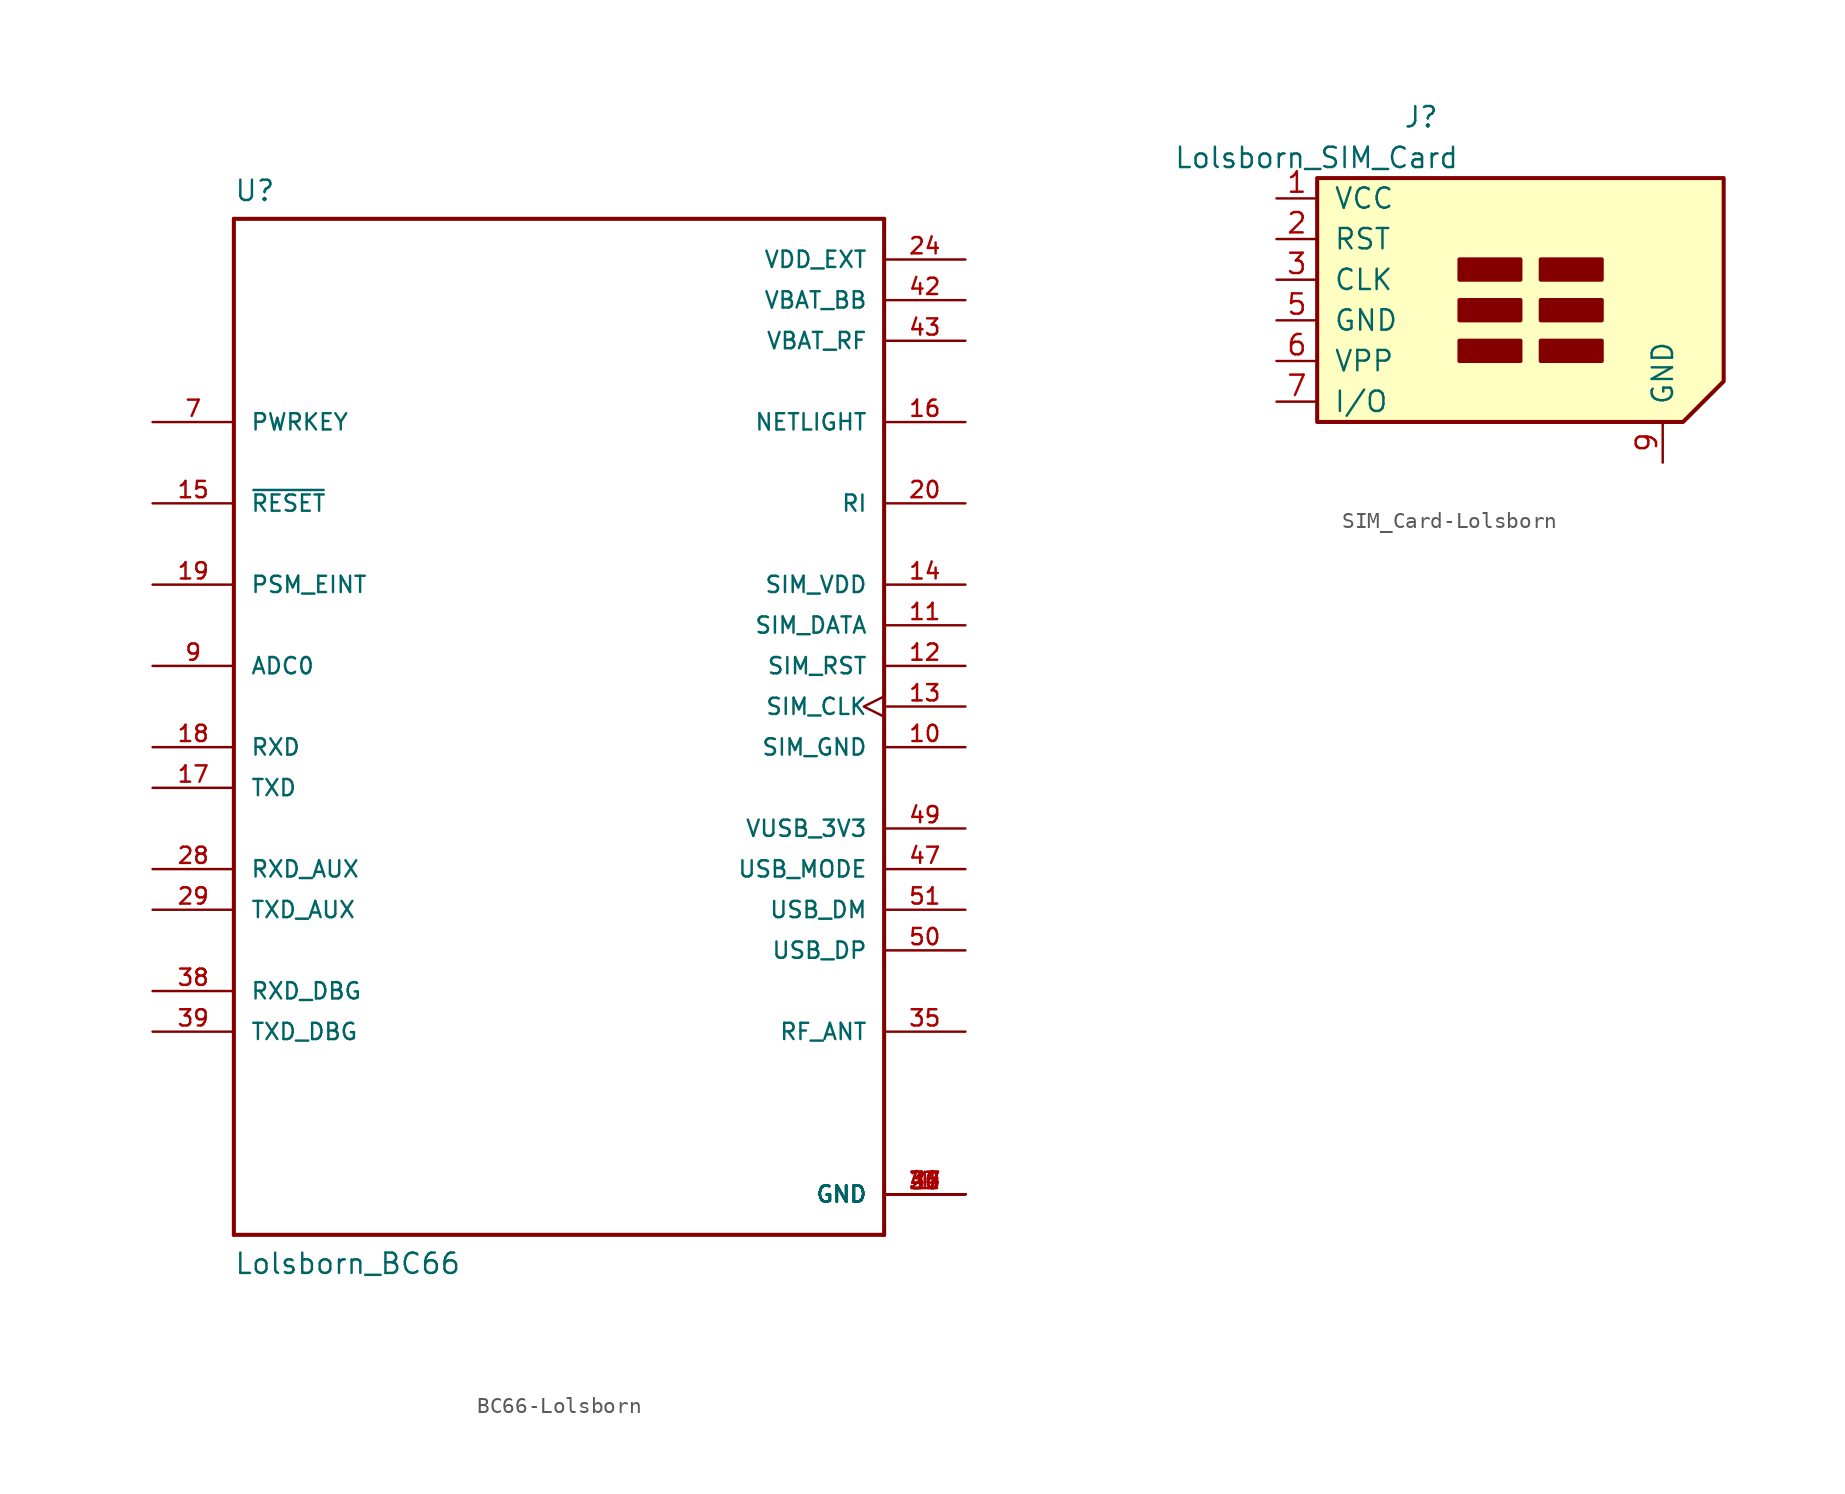
<source format=kicad_sym>
(kicad_symbol_lib
  (version 20231120)
  (generator "kicad_symbol_editor")
  (generator_version "8.0")
  (symbol "BC66-Lolsborn"
    (pin_names
      (offset 1.016))
    (property "Reference" "U"
      (at -20.32 31.496 0)
      (effects (font (size 1.27 1.27)) (justify left bottom)))
    (property "Value" "Lolsborn_BC66"
      (at -20.32 -35.56 0)
      (effects (font (size 1.27 1.27)) (justify left bottom)))
    (property "ki_locked" ""
      (at 0 0 0)
      (effects (font (size 1.27 1.27))))
    (symbol "BC66-Lolsborn_0_0"
      (polyline (pts (xy -20.32 -33.02) (xy -20.32 30.48)) (stroke (width 0.254) (type solid)) (fill (type none)))
      (polyline (pts (xy -20.32 30.48) (xy 20.32 30.48)) (stroke (width 0.254) (type solid)) (fill (type none)))
      (polyline (pts (xy 20.32 -33.02) (xy -20.32 -33.02)) (stroke (width 0.254) (type solid)) (fill (type none)))
      (polyline (pts (xy 20.32 30.48) (xy 20.32 -33.02)) (stroke (width 0.254) (type solid)) (fill (type none)))
      (pin power_in line (at 25.4 -30.48 180) (length 5.08) (name "GND" (effects (font (size 1.016 1.016)))) (number "1" (effects (font (size 1.016 1.016)))))
      (pin power_in line (at 25.4 -2.54 180) (length 5.08) (name "SIM_GND" (effects (font (size 1.016 1.016)))) (number "10" (effects (font (size 1.016 1.016)))))
      (pin bidirectional line (at 25.4 5.08 180) (length 5.08) (name "SIM_DATA" (effects (font (size 1.016 1.016)))) (number "11" (effects (font (size 1.016 1.016)))))
      (pin output line (at 25.4 2.54 180) (length 5.08) (name "SIM_RST" (effects (font (size 1.016 1.016)))) (number "12" (effects (font (size 1.016 1.016)))))
      (pin output clock (at 25.4 0 180) (length 5.08) (name "SIM_CLK" (effects (font (size 1.016 1.016)))) (number "13" (effects (font (size 1.016 1.016)))))
      (pin power_in line (at 25.4 7.62 180) (length 5.08) (name "SIM_VDD" (effects (font (size 1.016 1.016)))) (number "14" (effects (font (size 1.016 1.016)))))
      (pin input line (at -25.4 12.7 0) (length 5.08) (name "~{RESET}" (effects (font (size 1.016 1.016)))) (number "15" (effects (font (size 1.016 1.016)))))
      (pin output line (at 25.4 17.78 180) (length 5.08) (name "NETLIGHT" (effects (font (size 1.016 1.016)))) (number "16" (effects (font (size 1.016 1.016)))))
      (pin output line (at -25.4 -5.08 0) (length 5.08) (name "TXD" (effects (font (size 1.016 1.016)))) (number "17" (effects (font (size 1.016 1.016)))))
      (pin input line (at -25.4 -2.54 0) (length 5.08) (name "RXD" (effects (font (size 1.016 1.016)))) (number "18" (effects (font (size 1.016 1.016)))))
      (pin input line (at -25.4 7.62 0) (length 5.08) (name "PSM_EINT" (effects (font (size 1.016 1.016)))) (number "19" (effects (font (size 1.016 1.016)))))
      (pin output line (at 25.4 12.7 180) (length 5.08) (name "RI" (effects (font (size 1.016 1.016)))) (number "20" (effects (font (size 1.016 1.016)))))
      (pin power_in line (at 25.4 27.94 180) (length 5.08) (name "VDD_EXT" (effects (font (size 1.016 1.016)))) (number "24" (effects (font (size 1.016 1.016)))))
      (pin power_in line (at 25.4 -30.48 180) (length 5.08) (name "GND" (effects (font (size 1.016 1.016)))) (number "27" (effects (font (size 1.016 1.016)))))
      (pin input line (at -25.4 -10.16 0) (length 5.08) (name "RXD_AUX" (effects (font (size 1.016 1.016)))) (number "28" (effects (font (size 1.016 1.016)))))
      (pin output line (at -25.4 -12.7 0) (length 5.08) (name "TXD_AUX" (effects (font (size 1.016 1.016)))) (number "29" (effects (font (size 1.016 1.016)))))
      (pin power_in line (at 25.4 -30.48 180) (length 5.08) (name "GND" (effects (font (size 1.016 1.016)))) (number "34" (effects (font (size 1.016 1.016)))))
      (pin bidirectional line (at 25.4 -20.32 180) (length 5.08) (name "RF_ANT" (effects (font (size 1.016 1.016)))) (number "35" (effects (font (size 1.016 1.016)))))
      (pin power_in line (at 25.4 -30.48 180) (length 5.08) (name "GND" (effects (font (size 1.016 1.016)))) (number "36" (effects (font (size 1.016 1.016)))))
      (pin power_in line (at 25.4 -30.48 180) (length 5.08) (name "GND" (effects (font (size 1.016 1.016)))) (number "37" (effects (font (size 1.016 1.016)))))
      (pin input line (at -25.4 -17.78 0) (length 5.08) (name "RXD_DBG" (effects (font (size 1.016 1.016)))) (number "38" (effects (font (size 1.016 1.016)))))
      (pin output line (at -25.4 -20.32 0) (length 5.08) (name "TXD_DBG" (effects (font (size 1.016 1.016)))) (number "39" (effects (font (size 1.016 1.016)))))
      (pin power_in line (at 25.4 -30.48 180) (length 5.08) (name "GND" (effects (font (size 1.016 1.016)))) (number "40" (effects (font (size 1.016 1.016)))))
      (pin power_in line (at 25.4 -30.48 180) (length 5.08) (name "GND" (effects (font (size 1.016 1.016)))) (number "41" (effects (font (size 1.016 1.016)))))
      (pin power_in line (at 25.4 25.4 180) (length 5.08) (name "VBAT_BB" (effects (font (size 1.016 1.016)))) (number "42" (effects (font (size 1.016 1.016)))))
      (pin power_in line (at 25.4 22.86 180) (length 5.08) (name "VBAT_RF" (effects (font (size 1.016 1.016)))) (number "43" (effects (font (size 1.016 1.016)))))
      (pin input line (at 25.4 -10.16 180) (length 5.08) (name "USB_MODE" (effects (font (size 1.016 1.016)))) (number "47" (effects (font (size 1.016 1.016)))))
      (pin power_in line (at 25.4 -7.62 180) (length 5.08) (name "VUSB_3V3" (effects (font (size 1.016 1.016)))) (number "49" (effects (font (size 1.016 1.016)))))
      (pin bidirectional line (at 25.4 -15.24 180) (length 5.08) (name "USB_DP" (effects (font (size 1.016 1.016)))) (number "50" (effects (font (size 1.016 1.016)))))
      (pin bidirectional line (at 25.4 -12.7 180) (length 5.08) (name "USB_DM" (effects (font (size 1.016 1.016)))) (number "51" (effects (font (size 1.016 1.016)))))
      (pin input line (at -25.4 17.78 0) (length 5.08) (name "PWRKEY" (effects (font (size 1.016 1.016)))) (number "7" (effects (font (size 1.016 1.016)))))
      (pin input line (at -25.4 2.54 0) (length 5.08) (name "ADC0" (effects (font (size 1.016 1.016)))) (number "9" (effects (font (size 1.016 1.016)))))))
  (symbol "SIM_Card-Lolsborn"
    (pin_names
      (offset 1.016))
    (property "Reference" "J"
      (at -2.54 12.7 0)
      (effects (font (size 1.27 1.27)) (justify right)))
    (property "Value" "Lolsborn_SIM_Card"
      (at -1.27 10.16 0)
      (effects (font (size 1.27 1.27)) (justify right)))
    (symbol "SIM_Card-Lolsborn_0_1"
      (rectangle (start -1.27 -2.54) (end 2.54 -1.27) (stroke (width 0.254) (type solid)) (fill (type outline)))
      (rectangle (start -1.27 0) (end 2.54 1.27) (stroke (width 0.254) (type solid)) (fill (type outline)))
      (rectangle (start -1.27 2.54) (end 2.54 3.81) (stroke (width 0.254) (type solid)) (fill (type outline)))
      (polyline (pts (xy -10.16 8.89) (xy 15.24 8.89) (xy 15.24 -3.81) (xy 12.7 -6.35) (xy -10.16 -6.35) (xy -10.16 8.89)) (stroke (width 0.254) (type solid)) (fill (type background)))
      (rectangle (start 3.81 -1.27) (end 7.62 -2.54) (stroke (width 0.254) (type solid)) (fill (type outline)))
      (rectangle (start 3.81 0) (end 7.62 1.27) (stroke (width 0.254) (type solid)) (fill (type outline)))
      (rectangle (start 3.81 2.54) (end 7.62 3.81) (stroke (width 0.254) (type solid)) (fill (type outline))))
    (symbol "SIM_Card-Lolsborn_1_1"
      (pin power_in line (at -12.7 7.62 0) (length 2.54) (name "VCC" (effects (font (size 1.27 1.27)))) (number "1" (effects (font (size 1.27 1.27)))))
      (pin input line (at -12.7 5.08 0) (length 2.54) (name "RST" (effects (font (size 1.27 1.27)))) (number "2" (effects (font (size 1.27 1.27)))))
      (pin input line (at -12.7 2.54 0) (length 2.54) (name "CLK" (effects (font (size 1.27 1.27)))) (number "3" (effects (font (size 1.27 1.27)))))
      (pin power_in line (at -12.7 0 0) (length 2.54) (name "GND" (effects (font (size 1.27 1.27)))) (number "5" (effects (font (size 1.27 1.27)))))
      (pin input line (at -12.7 -2.54 0) (length 2.54) (name "VPP" (effects (font (size 1.27 1.27)))) (number "6" (effects (font (size 1.27 1.27)))))
      (pin bidirectional line (at -12.7 -5.08 0) (length 2.54) (name "I/O" (effects (font (size 1.27 1.27)))) (number "7" (effects (font (size 1.27 1.27)))))
      (pin bidirectional line (at 11.43 -8.89 90) (length 2.54) (name "GND" (effects (font (size 1.27 1.27)))) (number "9" (effects (font (size 1.27 1.27))))))))
</source>
